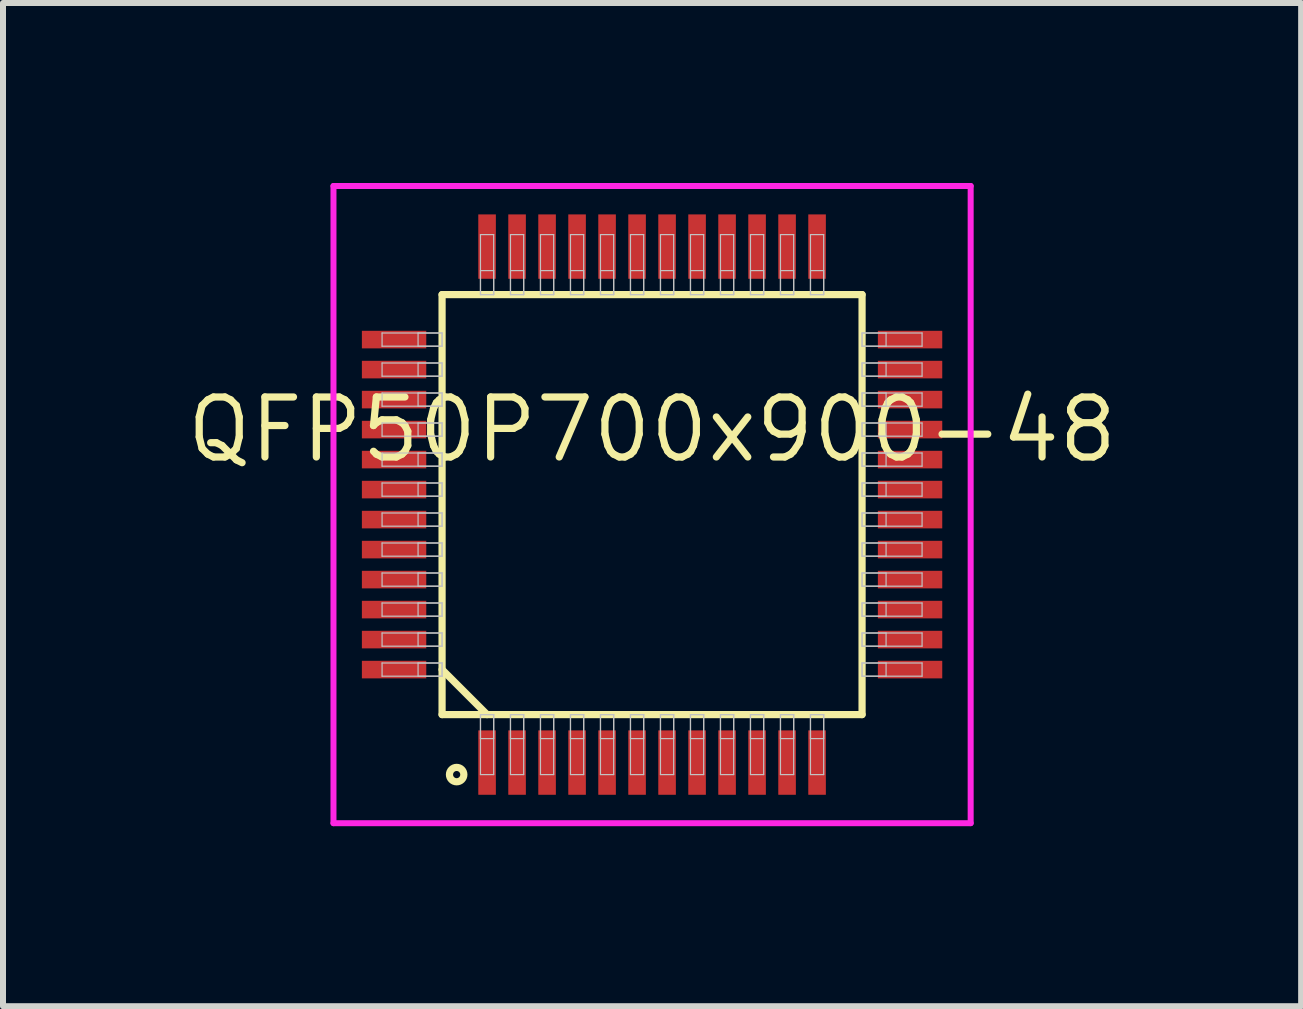
<source format=kicad_pcb>
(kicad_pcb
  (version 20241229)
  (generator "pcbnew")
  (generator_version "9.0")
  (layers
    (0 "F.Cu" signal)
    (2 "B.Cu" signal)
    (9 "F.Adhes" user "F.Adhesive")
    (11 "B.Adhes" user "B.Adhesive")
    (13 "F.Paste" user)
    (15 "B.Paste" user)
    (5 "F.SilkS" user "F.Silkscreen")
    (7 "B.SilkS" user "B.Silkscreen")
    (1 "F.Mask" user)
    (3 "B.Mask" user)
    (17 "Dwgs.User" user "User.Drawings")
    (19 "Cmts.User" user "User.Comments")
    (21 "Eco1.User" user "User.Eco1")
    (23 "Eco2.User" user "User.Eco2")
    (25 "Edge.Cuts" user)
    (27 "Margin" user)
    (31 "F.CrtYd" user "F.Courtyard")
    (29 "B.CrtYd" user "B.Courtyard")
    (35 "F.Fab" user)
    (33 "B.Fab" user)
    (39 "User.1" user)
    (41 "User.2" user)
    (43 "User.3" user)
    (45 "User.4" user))
  (footprint "QFP50P700x900-48"
    (layer "F.Cu")
    (at 7.818 5.36)
    (property "Reference" "QFP50P700x900-48" (at 0 -1.25 0) (layer "F.SilkS") (effects (font (size 1 1) (thickness 0.12))))
    (attr through_hole)
    (fp_line (start -3.5 -3.5) (end -3.5 3.5) (stroke (width 0.12) (type solid)) (layer "F.SilkS"))
    (fp_line (start -3.5 2.75) (end -2.75 3.5) (stroke (width 0.12) (type solid)) (layer "F.SilkS"))
    (fp_line (start -3.5 3.5) (end 3.5 3.5) (stroke (width 0.12) (type solid)) (layer "F.SilkS"))
    (fp_line (start 3.5 -3.5) (end -3.5 -3.5) (stroke (width 0.12) (type solid)) (layer "F.SilkS"))
    (fp_line (start 3.5 3.5) (end 3.5 -3.5) (stroke (width 0.12) (type solid)) (layer "F.SilkS"))
    (fp_circle (center -3.257 4.5) (end -3.137 4.5) (stroke (width 0.12) (type solid)) (fill no) (layer "F.SilkS"))
    (fp_line (start -4.5 -2.86) (end -4.5 -2.64) (stroke (width 0.02) (type solid)) (layer "Dwgs.User"))
    (fp_line (start -4.5 -2.64) (end -3.5 -2.64) (stroke (width 0.02) (type solid)) (layer "Dwgs.User"))
    (fp_line (start -4.5 -2.36) (end -4.5 -2.14) (stroke (width 0.02) (type solid)) (layer "Dwgs.User"))
    (fp_line (start -4.5 -2.14) (end -3.5 -2.14) (stroke (width 0.02) (type solid)) (layer "Dwgs.User"))
    (fp_line (start -4.5 -1.86) (end -4.5 -1.64) (stroke (width 0.02) (type solid)) (layer "Dwgs.User"))
    (fp_line (start -4.5 -1.64) (end -3.5 -1.64) (stroke (width 0.02) (type solid)) (layer "Dwgs.User"))
    (fp_line (start -4.5 -1.36) (end -4.5 -1.14) (stroke (width 0.02) (type solid)) (layer "Dwgs.User"))
    (fp_line (start -4.5 -1.14) (end -3.5 -1.14) (stroke (width 0.02) (type solid)) (layer "Dwgs.User"))
    (fp_line (start -4.5 -0.86) (end -4.5 -0.64) (stroke (width 0.02) (type solid)) (layer "Dwgs.User"))
    (fp_line (start -4.5 -0.64) (end -3.5 -0.64) (stroke (width 0.02) (type solid)) (layer "Dwgs.User"))
    (fp_line (start -4.5 -0.36) (end -4.5 -0.14) (stroke (width 0.02) (type solid)) (layer "Dwgs.User"))
    (fp_line (start -4.5 -0.14) (end -3.5 -0.14) (stroke (width 0.02) (type solid)) (layer "Dwgs.User"))
    (fp_line (start -4.5 0.14) (end -4.5 0.36) (stroke (width 0.02) (type solid)) (layer "Dwgs.User"))
    (fp_line (start -4.5 0.36) (end -3.5 0.36) (stroke (width 0.02) (type solid)) (layer "Dwgs.User"))
    (fp_line (start -4.5 0.64) (end -4.5 0.86) (stroke (width 0.02) (type solid)) (layer "Dwgs.User"))
    (fp_line (start -4.5 0.86) (end -3.5 0.86) (stroke (width 0.02) (type solid)) (layer "Dwgs.User"))
    (fp_line (start -4.5 1.14) (end -4.5 1.36) (stroke (width 0.02) (type solid)) (layer "Dwgs.User"))
    (fp_line (start -4.5 1.36) (end -3.5 1.36) (stroke (width 0.02) (type solid)) (layer "Dwgs.User"))
    (fp_line (start -4.5 1.64) (end -4.5 1.86) (stroke (width 0.02) (type solid)) (layer "Dwgs.User"))
    (fp_line (start -4.5 1.86) (end -3.5 1.86) (stroke (width 0.02) (type solid)) (layer "Dwgs.User"))
    (fp_line (start -4.5 2.14) (end -4.5 2.36) (stroke (width 0.02) (type solid)) (layer "Dwgs.User"))
    (fp_line (start -4.5 2.36) (end -3.5 2.36) (stroke (width 0.02) (type solid)) (layer "Dwgs.User"))
    (fp_line (start -4.5 2.64) (end -4.5 2.86) (stroke (width 0.02) (type solid)) (layer "Dwgs.User"))
    (fp_line (start -4.5 2.86) (end -3.5 2.86) (stroke (width 0.02) (type solid)) (layer "Dwgs.User"))
    (fp_line (start -3.9 -2.86) (end -3.9 -2.64) (stroke (width 0.02) (type solid)) (layer "Dwgs.User"))
    (fp_line (start -3.9 -2.64) (end -3.5 -2.64) (stroke (width 0.02) (type solid)) (layer "Dwgs.User"))
    (fp_line (start -3.9 -2.36) (end -3.9 -2.14) (stroke (width 0.02) (type solid)) (layer "Dwgs.User"))
    (fp_line (start -3.9 -2.14) (end -3.5 -2.14) (stroke (width 0.02) (type solid)) (layer "Dwgs.User"))
    (fp_line (start -3.9 -1.86) (end -3.9 -1.64) (stroke (width 0.02) (type solid)) (layer "Dwgs.User"))
    (fp_line (start -3.9 -1.64) (end -3.5 -1.64) (stroke (width 0.02) (type solid)) (layer "Dwgs.User"))
    (fp_line (start -3.9 -1.36) (end -3.9 -1.14) (stroke (width 0.02) (type solid)) (layer "Dwgs.User"))
    (fp_line (start -3.9 -1.14) (end -3.5 -1.14) (stroke (width 0.02) (type solid)) (layer "Dwgs.User"))
    (fp_line (start -3.9 -0.86) (end -3.9 -0.64) (stroke (width 0.02) (type solid)) (layer "Dwgs.User"))
    (fp_line (start -3.9 -0.64) (end -3.5 -0.64) (stroke (width 0.02) (type solid)) (layer "Dwgs.User"))
    (fp_line (start -3.9 -0.36) (end -3.9 -0.14) (stroke (width 0.02) (type solid)) (layer "Dwgs.User"))
    (fp_line (start -3.9 -0.14) (end -3.5 -0.14) (stroke (width 0.02) (type solid)) (layer "Dwgs.User"))
    (fp_line (start -3.9 0.14) (end -3.9 0.36) (stroke (width 0.02) (type solid)) (layer "Dwgs.User"))
    (fp_line (start -3.9 0.36) (end -3.5 0.36) (stroke (width 0.02) (type solid)) (layer "Dwgs.User"))
    (fp_line (start -3.9 0.64) (end -3.9 0.86) (stroke (width 0.02) (type solid)) (layer "Dwgs.User"))
    (fp_line (start -3.9 0.86) (end -3.5 0.86) (stroke (width 0.02) (type solid)) (layer "Dwgs.User"))
    (fp_line (start -3.9 1.14) (end -3.9 1.36) (stroke (width 0.02) (type solid)) (layer "Dwgs.User"))
    (fp_line (start -3.9 1.36) (end -3.5 1.36) (stroke (width 0.02) (type solid)) (layer "Dwgs.User"))
    (fp_line (start -3.9 1.64) (end -3.9 1.86) (stroke (width 0.02) (type solid)) (layer "Dwgs.User"))
    (fp_line (start -3.9 1.86) (end -3.5 1.86) (stroke (width 0.02) (type solid)) (layer "Dwgs.User"))
    (fp_line (start -3.9 2.14) (end -3.9 2.36) (stroke (width 0.02) (type solid)) (layer "Dwgs.User"))
    (fp_line (start -3.9 2.36) (end -3.5 2.36) (stroke (width 0.02) (type solid)) (layer "Dwgs.User"))
    (fp_line (start -3.9 2.64) (end -3.9 2.86) (stroke (width 0.02) (type solid)) (layer "Dwgs.User"))
    (fp_line (start -3.9 2.86) (end -3.5 2.86) (stroke (width 0.02) (type solid)) (layer "Dwgs.User"))
    (fp_line (start -3.5 -2.86) (end -4.5 -2.86) (stroke (width 0.02) (type solid)) (layer "Dwgs.User"))
    (fp_line (start -3.5 -2.86) (end -3.9 -2.86) (stroke (width 0.02) (type solid)) (layer "Dwgs.User"))
    (fp_line (start -3.5 -2.64) (end -3.5 -2.86) (stroke (width 0.02) (type solid)) (layer "Dwgs.User"))
    (fp_line (start -3.5 -2.64) (end -3.5 -2.86) (stroke (width 0.02) (type solid)) (layer "Dwgs.User"))
    (fp_line (start -3.5 -2.36) (end -4.5 -2.36) (stroke (width 0.02) (type solid)) (layer "Dwgs.User"))
    (fp_line (start -3.5 -2.36) (end -3.9 -2.36) (stroke (width 0.02) (type solid)) (layer "Dwgs.User"))
    (fp_line (start -3.5 -2.14) (end -3.5 -2.36) (stroke (width 0.02) (type solid)) (layer "Dwgs.User"))
    (fp_line (start -3.5 -2.14) (end -3.5 -2.36) (stroke (width 0.02) (type solid)) (layer "Dwgs.User"))
    (fp_line (start -3.5 -1.86) (end -4.5 -1.86) (stroke (width 0.02) (type solid)) (layer "Dwgs.User"))
    (fp_line (start -3.5 -1.86) (end -3.9 -1.86) (stroke (width 0.02) (type solid)) (layer "Dwgs.User"))
    (fp_line (start -3.5 -1.64) (end -3.5 -1.86) (stroke (width 0.02) (type solid)) (layer "Dwgs.User"))
    (fp_line (start -3.5 -1.64) (end -3.5 -1.86) (stroke (width 0.02) (type solid)) (layer "Dwgs.User"))
    (fp_line (start -3.5 -1.36) (end -4.5 -1.36) (stroke (width 0.02) (type solid)) (layer "Dwgs.User"))
    (fp_line (start -3.5 -1.36) (end -3.9 -1.36) (stroke (width 0.02) (type solid)) (layer "Dwgs.User"))
    (fp_line (start -3.5 -1.14) (end -3.5 -1.36) (stroke (width 0.02) (type solid)) (layer "Dwgs.User"))
    (fp_line (start -3.5 -1.14) (end -3.5 -1.36) (stroke (width 0.02) (type solid)) (layer "Dwgs.User"))
    (fp_line (start -3.5 -0.86) (end -4.5 -0.86) (stroke (width 0.02) (type solid)) (layer "Dwgs.User"))
    (fp_line (start -3.5 -0.86) (end -3.9 -0.86) (stroke (width 0.02) (type solid)) (layer "Dwgs.User"))
    (fp_line (start -3.5 -0.64) (end -3.5 -0.86) (stroke (width 0.02) (type solid)) (layer "Dwgs.User"))
    (fp_line (start -3.5 -0.64) (end -3.5 -0.86) (stroke (width 0.02) (type solid)) (layer "Dwgs.User"))
    (fp_line (start -3.5 -0.36) (end -4.5 -0.36) (stroke (width 0.02) (type solid)) (layer "Dwgs.User"))
    (fp_line (start -3.5 -0.36) (end -3.9 -0.36) (stroke (width 0.02) (type solid)) (layer "Dwgs.User"))
    (fp_line (start -3.5 -0.14) (end -3.5 -0.36) (stroke (width 0.02) (type solid)) (layer "Dwgs.User"))
    (fp_line (start -3.5 -0.14) (end -3.5 -0.36) (stroke (width 0.02) (type solid)) (layer "Dwgs.User"))
    (fp_line (start -3.5 0.14) (end -4.5 0.14) (stroke (width 0.02) (type solid)) (layer "Dwgs.User"))
    (fp_line (start -3.5 0.14) (end -3.9 0.14) (stroke (width 0.02) (type solid)) (layer "Dwgs.User"))
    (fp_line (start -3.5 0.36) (end -3.5 0.14) (stroke (width 0.02) (type solid)) (layer "Dwgs.User"))
    (fp_line (start -3.5 0.36) (end -3.5 0.14) (stroke (width 0.02) (type solid)) (layer "Dwgs.User"))
    (fp_line (start -3.5 0.64) (end -4.5 0.64) (stroke (width 0.02) (type solid)) (layer "Dwgs.User"))
    (fp_line (start -3.5 0.64) (end -3.9 0.64) (stroke (width 0.02) (type solid)) (layer "Dwgs.User"))
    (fp_line (start -3.5 0.86) (end -3.5 0.64) (stroke (width 0.02) (type solid)) (layer "Dwgs.User"))
    (fp_line (start -3.5 0.86) (end -3.5 0.64) (stroke (width 0.02) (type solid)) (layer "Dwgs.User"))
    (fp_line (start -3.5 1.14) (end -4.5 1.14) (stroke (width 0.02) (type solid)) (layer "Dwgs.User"))
    (fp_line (start -3.5 1.14) (end -3.9 1.14) (stroke (width 0.02) (type solid)) (layer "Dwgs.User"))
    (fp_line (start -3.5 1.36) (end -3.5 1.14) (stroke (width 0.02) (type solid)) (layer "Dwgs.User"))
    (fp_line (start -3.5 1.36) (end -3.5 1.14) (stroke (width 0.02) (type solid)) (layer "Dwgs.User"))
    (fp_line (start -3.5 1.64) (end -4.5 1.64) (stroke (width 0.02) (type solid)) (layer "Dwgs.User"))
    (fp_line (start -3.5 1.64) (end -3.9 1.64) (stroke (width 0.02) (type solid)) (layer "Dwgs.User"))
    (fp_line (start -3.5 1.86) (end -3.5 1.64) (stroke (width 0.02) (type solid)) (layer "Dwgs.User"))
    (fp_line (start -3.5 1.86) (end -3.5 1.64) (stroke (width 0.02) (type solid)) (layer "Dwgs.User"))
    (fp_line (start -3.5 2.14) (end -4.5 2.14) (stroke (width 0.02) (type solid)) (layer "Dwgs.User"))
    (fp_line (start -3.5 2.14) (end -3.9 2.14) (stroke (width 0.02) (type solid)) (layer "Dwgs.User"))
    (fp_line (start -3.5 2.36) (end -3.5 2.14) (stroke (width 0.02) (type solid)) (layer "Dwgs.User"))
    (fp_line (start -3.5 2.36) (end -3.5 2.14) (stroke (width 0.02) (type solid)) (layer "Dwgs.User"))
    (fp_line (start -3.5 2.64) (end -4.5 2.64) (stroke (width 0.02) (type solid)) (layer "Dwgs.User"))
    (fp_line (start -3.5 2.64) (end -3.9 2.64) (stroke (width 0.02) (type solid)) (layer "Dwgs.User"))
    (fp_line (start -3.5 2.86) (end -3.5 2.64) (stroke (width 0.02) (type solid)) (layer "Dwgs.User"))
    (fp_line (start -3.5 2.86) (end -3.5 2.64) (stroke (width 0.02) (type solid)) (layer "Dwgs.User"))
    (fp_line (start -2.86 -4.5) (end -2.86 -3.5) (stroke (width 0.02) (type solid)) (layer "Dwgs.User"))
    (fp_line (start -2.86 -3.9) (end -2.86 -3.5) (stroke (width 0.02) (type solid)) (layer "Dwgs.User"))
    (fp_line (start -2.86 -3.5) (end -2.64 -3.5) (stroke (width 0.02) (type solid)) (layer "Dwgs.User"))
    (fp_line (start -2.86 -3.5) (end -2.64 -3.5) (stroke (width 0.02) (type solid)) (layer "Dwgs.User"))
    (fp_line (start -2.86 3.5) (end -2.64 3.5) (stroke (width 0.02) (type solid)) (layer "Dwgs.User"))
    (fp_line (start -2.86 3.5) (end -2.64 3.5) (stroke (width 0.02) (type solid)) (layer "Dwgs.User"))
    (fp_line (start -2.86 3.9) (end -2.86 3.5) (stroke (width 0.02) (type solid)) (layer "Dwgs.User"))
    (fp_line (start -2.86 4.5) (end -2.86 3.5) (stroke (width 0.02) (type solid)) (layer "Dwgs.User"))
    (fp_line (start -2.64 -4.5) (end -2.86 -4.5) (stroke (width 0.02) (type solid)) (layer "Dwgs.User"))
    (fp_line (start -2.64 -3.9) (end -2.86 -3.9) (stroke (width 0.02) (type solid)) (layer "Dwgs.User"))
    (fp_line (start -2.64 -3.5) (end -2.64 -4.5) (stroke (width 0.02) (type solid)) (layer "Dwgs.User"))
    (fp_line (start -2.64 -3.5) (end -2.64 -3.9) (stroke (width 0.02) (type solid)) (layer "Dwgs.User"))
    (fp_line (start -2.64 3.5) (end -2.64 3.9) (stroke (width 0.02) (type solid)) (layer "Dwgs.User"))
    (fp_line (start -2.64 3.5) (end -2.64 4.5) (stroke (width 0.02) (type solid)) (layer "Dwgs.User"))
    (fp_line (start -2.64 3.9) (end -2.86 3.9) (stroke (width 0.02) (type solid)) (layer "Dwgs.User"))
    (fp_line (start -2.64 4.5) (end -2.86 4.5) (stroke (width 0.02) (type solid)) (layer "Dwgs.User"))
    (fp_line (start -2.36 -4.5) (end -2.36 -3.5) (stroke (width 0.02) (type solid)) (layer "Dwgs.User"))
    (fp_line (start -2.36 -3.9) (end -2.36 -3.5) (stroke (width 0.02) (type solid)) (layer "Dwgs.User"))
    (fp_line (start -2.36 -3.5) (end -2.14 -3.5) (stroke (width 0.02) (type solid)) (layer "Dwgs.User"))
    (fp_line (start -2.36 -3.5) (end -2.14 -3.5) (stroke (width 0.02) (type solid)) (layer "Dwgs.User"))
    (fp_line (start -2.36 3.5) (end -2.14 3.5) (stroke (width 0.02) (type solid)) (layer "Dwgs.User"))
    (fp_line (start -2.36 3.5) (end -2.14 3.5) (stroke (width 0.02) (type solid)) (layer "Dwgs.User"))
    (fp_line (start -2.36 3.9) (end -2.36 3.5) (stroke (width 0.02) (type solid)) (layer "Dwgs.User"))
    (fp_line (start -2.36 4.5) (end -2.36 3.5) (stroke (width 0.02) (type solid)) (layer "Dwgs.User"))
    (fp_line (start -2.14 -4.5) (end -2.36 -4.5) (stroke (width 0.02) (type solid)) (layer "Dwgs.User"))
    (fp_line (start -2.14 -3.9) (end -2.36 -3.9) (stroke (width 0.02) (type solid)) (layer "Dwgs.User"))
    (fp_line (start -2.14 -3.5) (end -2.14 -4.5) (stroke (width 0.02) (type solid)) (layer "Dwgs.User"))
    (fp_line (start -2.14 -3.5) (end -2.14 -3.9) (stroke (width 0.02) (type solid)) (layer "Dwgs.User"))
    (fp_line (start -2.14 3.5) (end -2.14 3.9) (stroke (width 0.02) (type solid)) (layer "Dwgs.User"))
    (fp_line (start -2.14 3.5) (end -2.14 4.5) (stroke (width 0.02) (type solid)) (layer "Dwgs.User"))
    (fp_line (start -2.14 3.9) (end -2.36 3.9) (stroke (width 0.02) (type solid)) (layer "Dwgs.User"))
    (fp_line (start -2.14 4.5) (end -2.36 4.5) (stroke (width 0.02) (type solid)) (layer "Dwgs.User"))
    (fp_line (start -1.86 -4.5) (end -1.86 -3.5) (stroke (width 0.02) (type solid)) (layer "Dwgs.User"))
    (fp_line (start -1.86 -3.9) (end -1.86 -3.5) (stroke (width 0.02) (type solid)) (layer "Dwgs.User"))
    (fp_line (start -1.86 -3.5) (end -1.64 -3.5) (stroke (width 0.02) (type solid)) (layer "Dwgs.User"))
    (fp_line (start -1.86 -3.5) (end -1.64 -3.5) (stroke (width 0.02) (type solid)) (layer "Dwgs.User"))
    (fp_line (start -1.86 3.5) (end -1.64 3.5) (stroke (width 0.02) (type solid)) (layer "Dwgs.User"))
    (fp_line (start -1.86 3.5) (end -1.64 3.5) (stroke (width 0.02) (type solid)) (layer "Dwgs.User"))
    (fp_line (start -1.86 3.9) (end -1.86 3.5) (stroke (width 0.02) (type solid)) (layer "Dwgs.User"))
    (fp_line (start -1.86 4.5) (end -1.86 3.5) (stroke (width 0.02) (type solid)) (layer "Dwgs.User"))
    (fp_line (start -1.64 -4.5) (end -1.86 -4.5) (stroke (width 0.02) (type solid)) (layer "Dwgs.User"))
    (fp_line (start -1.64 -3.9) (end -1.86 -3.9) (stroke (width 0.02) (type solid)) (layer "Dwgs.User"))
    (fp_line (start -1.64 -3.5) (end -1.64 -4.5) (stroke (width 0.02) (type solid)) (layer "Dwgs.User"))
    (fp_line (start -1.64 -3.5) (end -1.64 -3.9) (stroke (width 0.02) (type solid)) (layer "Dwgs.User"))
    (fp_line (start -1.64 3.5) (end -1.64 3.9) (stroke (width 0.02) (type solid)) (layer "Dwgs.User"))
    (fp_line (start -1.64 3.5) (end -1.64 4.5) (stroke (width 0.02) (type solid)) (layer "Dwgs.User"))
    (fp_line (start -1.64 3.9) (end -1.86 3.9) (stroke (width 0.02) (type solid)) (layer "Dwgs.User"))
    (fp_line (start -1.64 4.5) (end -1.86 4.5) (stroke (width 0.02) (type solid)) (layer "Dwgs.User"))
    (fp_line (start -1.36 -4.5) (end -1.36 -3.5) (stroke (width 0.02) (type solid)) (layer "Dwgs.User"))
    (fp_line (start -1.36 -3.9) (end -1.36 -3.5) (stroke (width 0.02) (type solid)) (layer "Dwgs.User"))
    (fp_line (start -1.36 -3.5) (end -1.14 -3.5) (stroke (width 0.02) (type solid)) (layer "Dwgs.User"))
    (fp_line (start -1.36 -3.5) (end -1.14 -3.5) (stroke (width 0.02) (type solid)) (layer "Dwgs.User"))
    (fp_line (start -1.36 3.5) (end -1.14 3.5) (stroke (width 0.02) (type solid)) (layer "Dwgs.User"))
    (fp_line (start -1.36 3.5) (end -1.14 3.5) (stroke (width 0.02) (type solid)) (layer "Dwgs.User"))
    (fp_line (start -1.36 3.9) (end -1.36 3.5) (stroke (width 0.02) (type solid)) (layer "Dwgs.User"))
    (fp_line (start -1.36 4.5) (end -1.36 3.5) (stroke (width 0.02) (type solid)) (layer "Dwgs.User"))
    (fp_line (start -1.14 -4.5) (end -1.36 -4.5) (stroke (width 0.02) (type solid)) (layer "Dwgs.User"))
    (fp_line (start -1.14 -3.9) (end -1.36 -3.9) (stroke (width 0.02) (type solid)) (layer "Dwgs.User"))
    (fp_line (start -1.14 -3.5) (end -1.14 -4.5) (stroke (width 0.02) (type solid)) (layer "Dwgs.User"))
    (fp_line (start -1.14 -3.5) (end -1.14 -3.9) (stroke (width 0.02) (type solid)) (layer "Dwgs.User"))
    (fp_line (start -1.14 3.5) (end -1.14 3.9) (stroke (width 0.02) (type solid)) (layer "Dwgs.User"))
    (fp_line (start -1.14 3.5) (end -1.14 4.5) (stroke (width 0.02) (type solid)) (layer "Dwgs.User"))
    (fp_line (start -1.14 3.9) (end -1.36 3.9) (stroke (width 0.02) (type solid)) (layer "Dwgs.User"))
    (fp_line (start -1.14 4.5) (end -1.36 4.5) (stroke (width 0.02) (type solid)) (layer "Dwgs.User"))
    (fp_line (start -0.86 -4.5) (end -0.86 -3.5) (stroke (width 0.02) (type solid)) (layer "Dwgs.User"))
    (fp_line (start -0.86 -3.9) (end -0.86 -3.5) (stroke (width 0.02) (type solid)) (layer "Dwgs.User"))
    (fp_line (start -0.86 -3.5) (end -0.64 -3.5) (stroke (width 0.02) (type solid)) (layer "Dwgs.User"))
    (fp_line (start -0.86 -3.5) (end -0.64 -3.5) (stroke (width 0.02) (type solid)) (layer "Dwgs.User"))
    (fp_line (start -0.86 3.5) (end -0.64 3.5) (stroke (width 0.02) (type solid)) (layer "Dwgs.User"))
    (fp_line (start -0.86 3.5) (end -0.64 3.5) (stroke (width 0.02) (type solid)) (layer "Dwgs.User"))
    (fp_line (start -0.86 3.9) (end -0.86 3.5) (stroke (width 0.02) (type solid)) (layer "Dwgs.User"))
    (fp_line (start -0.86 4.5) (end -0.86 3.5) (stroke (width 0.02) (type solid)) (layer "Dwgs.User"))
    (fp_line (start -0.64 -4.5) (end -0.86 -4.5) (stroke (width 0.02) (type solid)) (layer "Dwgs.User"))
    (fp_line (start -0.64 -3.9) (end -0.86 -3.9) (stroke (width 0.02) (type solid)) (layer "Dwgs.User"))
    (fp_line (start -0.64 -3.5) (end -0.64 -4.5) (stroke (width 0.02) (type solid)) (layer "Dwgs.User"))
    (fp_line (start -0.64 -3.5) (end -0.64 -3.9) (stroke (width 0.02) (type solid)) (layer "Dwgs.User"))
    (fp_line (start -0.64 3.5) (end -0.64 3.9) (stroke (width 0.02) (type solid)) (layer "Dwgs.User"))
    (fp_line (start -0.64 3.5) (end -0.64 4.5) (stroke (width 0.02) (type solid)) (layer "Dwgs.User"))
    (fp_line (start -0.64 3.9) (end -0.86 3.9) (stroke (width 0.02) (type solid)) (layer "Dwgs.User"))
    (fp_line (start -0.64 4.5) (end -0.86 4.5) (stroke (width 0.02) (type solid)) (layer "Dwgs.User"))
    (fp_line (start -0.36 -4.5) (end -0.36 -3.5) (stroke (width 0.02) (type solid)) (layer "Dwgs.User"))
    (fp_line (start -0.36 -3.9) (end -0.36 -3.5) (stroke (width 0.02) (type solid)) (layer "Dwgs.User"))
    (fp_line (start -0.36 -3.5) (end -0.14 -3.5) (stroke (width 0.02) (type solid)) (layer "Dwgs.User"))
    (fp_line (start -0.36 -3.5) (end -0.14 -3.5) (stroke (width 0.02) (type solid)) (layer "Dwgs.User"))
    (fp_line (start -0.36 3.5) (end -0.14 3.5) (stroke (width 0.02) (type solid)) (layer "Dwgs.User"))
    (fp_line (start -0.36 3.5) (end -0.14 3.5) (stroke (width 0.02) (type solid)) (layer "Dwgs.User"))
    (fp_line (start -0.36 3.9) (end -0.36 3.5) (stroke (width 0.02) (type solid)) (layer "Dwgs.User"))
    (fp_line (start -0.36 4.5) (end -0.36 3.5) (stroke (width 0.02) (type solid)) (layer "Dwgs.User"))
    (fp_line (start -0.14 -4.5) (end -0.36 -4.5) (stroke (width 0.02) (type solid)) (layer "Dwgs.User"))
    (fp_line (start -0.14 -3.9) (end -0.36 -3.9) (stroke (width 0.02) (type solid)) (layer "Dwgs.User"))
    (fp_line (start -0.14 -3.5) (end -0.14 -4.5) (stroke (width 0.02) (type solid)) (layer "Dwgs.User"))
    (fp_line (start -0.14 -3.5) (end -0.14 -3.9) (stroke (width 0.02) (type solid)) (layer "Dwgs.User"))
    (fp_line (start -0.14 3.5) (end -0.14 3.9) (stroke (width 0.02) (type solid)) (layer "Dwgs.User"))
    (fp_line (start -0.14 3.5) (end -0.14 4.5) (stroke (width 0.02) (type solid)) (layer "Dwgs.User"))
    (fp_line (start -0.14 3.9) (end -0.36 3.9) (stroke (width 0.02) (type solid)) (layer "Dwgs.User"))
    (fp_line (start -0.14 4.5) (end -0.36 4.5) (stroke (width 0.02) (type solid)) (layer "Dwgs.User"))
    (fp_line (start 0.14 -4.5) (end 0.14 -3.5) (stroke (width 0.02) (type solid)) (layer "Dwgs.User"))
    (fp_line (start 0.14 -3.9) (end 0.14 -3.5) (stroke (width 0.02) (type solid)) (layer "Dwgs.User"))
    (fp_line (start 0.14 -3.5) (end 0.36 -3.5) (stroke (width 0.02) (type solid)) (layer "Dwgs.User"))
    (fp_line (start 0.14 -3.5) (end 0.36 -3.5) (stroke (width 0.02) (type solid)) (layer "Dwgs.User"))
    (fp_line (start 0.14 3.5) (end 0.36 3.5) (stroke (width 0.02) (type solid)) (layer "Dwgs.User"))
    (fp_line (start 0.14 3.5) (end 0.36 3.5) (stroke (width 0.02) (type solid)) (layer "Dwgs.User"))
    (fp_line (start 0.14 3.9) (end 0.14 3.5) (stroke (width 0.02) (type solid)) (layer "Dwgs.User"))
    (fp_line (start 0.14 4.5) (end 0.14 3.5) (stroke (width 0.02) (type solid)) (layer "Dwgs.User"))
    (fp_line (start 0.36 -4.5) (end 0.14 -4.5) (stroke (width 0.02) (type solid)) (layer "Dwgs.User"))
    (fp_line (start 0.36 -3.9) (end 0.14 -3.9) (stroke (width 0.02) (type solid)) (layer "Dwgs.User"))
    (fp_line (start 0.36 -3.5) (end 0.36 -4.5) (stroke (width 0.02) (type solid)) (layer "Dwgs.User"))
    (fp_line (start 0.36 -3.5) (end 0.36 -3.9) (stroke (width 0.02) (type solid)) (layer "Dwgs.User"))
    (fp_line (start 0.36 3.5) (end 0.36 3.9) (stroke (width 0.02) (type solid)) (layer "Dwgs.User"))
    (fp_line (start 0.36 3.5) (end 0.36 4.5) (stroke (width 0.02) (type solid)) (layer "Dwgs.User"))
    (fp_line (start 0.36 3.9) (end 0.14 3.9) (stroke (width 0.02) (type solid)) (layer "Dwgs.User"))
    (fp_line (start 0.36 4.5) (end 0.14 4.5) (stroke (width 0.02) (type solid)) (layer "Dwgs.User"))
    (fp_line (start 0.64 -4.5) (end 0.64 -3.5) (stroke (width 0.02) (type solid)) (layer "Dwgs.User"))
    (fp_line (start 0.64 -3.9) (end 0.64 -3.5) (stroke (width 0.02) (type solid)) (layer "Dwgs.User"))
    (fp_line (start 0.64 -3.5) (end 0.86 -3.5) (stroke (width 0.02) (type solid)) (layer "Dwgs.User"))
    (fp_line (start 0.64 -3.5) (end 0.86 -3.5) (stroke (width 0.02) (type solid)) (layer "Dwgs.User"))
    (fp_line (start 0.64 3.5) (end 0.86 3.5) (stroke (width 0.02) (type solid)) (layer "Dwgs.User"))
    (fp_line (start 0.64 3.5) (end 0.86 3.5) (stroke (width 0.02) (type solid)) (layer "Dwgs.User"))
    (fp_line (start 0.64 3.9) (end 0.64 3.5) (stroke (width 0.02) (type solid)) (layer "Dwgs.User"))
    (fp_line (start 0.64 4.5) (end 0.64 3.5) (stroke (width 0.02) (type solid)) (layer "Dwgs.User"))
    (fp_line (start 0.86 -4.5) (end 0.64 -4.5) (stroke (width 0.02) (type solid)) (layer "Dwgs.User"))
    (fp_line (start 0.86 -3.9) (end 0.64 -3.9) (stroke (width 0.02) (type solid)) (layer "Dwgs.User"))
    (fp_line (start 0.86 -3.5) (end 0.86 -4.5) (stroke (width 0.02) (type solid)) (layer "Dwgs.User"))
    (fp_line (start 0.86 -3.5) (end 0.86 -3.9) (stroke (width 0.02) (type solid)) (layer "Dwgs.User"))
    (fp_line (start 0.86 3.5) (end 0.86 3.9) (stroke (width 0.02) (type solid)) (layer "Dwgs.User"))
    (fp_line (start 0.86 3.5) (end 0.86 4.5) (stroke (width 0.02) (type solid)) (layer "Dwgs.User"))
    (fp_line (start 0.86 3.9) (end 0.64 3.9) (stroke (width 0.02) (type solid)) (layer "Dwgs.User"))
    (fp_line (start 0.86 4.5) (end 0.64 4.5) (stroke (width 0.02) (type solid)) (layer "Dwgs.User"))
    (fp_line (start 1.14 -4.5) (end 1.14 -3.5) (stroke (width 0.02) (type solid)) (layer "Dwgs.User"))
    (fp_line (start 1.14 -3.9) (end 1.14 -3.5) (stroke (width 0.02) (type solid)) (layer "Dwgs.User"))
    (fp_line (start 1.14 -3.5) (end 1.36 -3.5) (stroke (width 0.02) (type solid)) (layer "Dwgs.User"))
    (fp_line (start 1.14 -3.5) (end 1.36 -3.5) (stroke (width 0.02) (type solid)) (layer "Dwgs.User"))
    (fp_line (start 1.14 3.5) (end 1.36 3.5) (stroke (width 0.02) (type solid)) (layer "Dwgs.User"))
    (fp_line (start 1.14 3.5) (end 1.36 3.5) (stroke (width 0.02) (type solid)) (layer "Dwgs.User"))
    (fp_line (start 1.14 3.9) (end 1.14 3.5) (stroke (width 0.02) (type solid)) (layer "Dwgs.User"))
    (fp_line (start 1.14 4.5) (end 1.14 3.5) (stroke (width 0.02) (type solid)) (layer "Dwgs.User"))
    (fp_line (start 1.36 -4.5) (end 1.14 -4.5) (stroke (width 0.02) (type solid)) (layer "Dwgs.User"))
    (fp_line (start 1.36 -3.9) (end 1.14 -3.9) (stroke (width 0.02) (type solid)) (layer "Dwgs.User"))
    (fp_line (start 1.36 -3.5) (end 1.36 -4.5) (stroke (width 0.02) (type solid)) (layer "Dwgs.User"))
    (fp_line (start 1.36 -3.5) (end 1.36 -3.9) (stroke (width 0.02) (type solid)) (layer "Dwgs.User"))
    (fp_line (start 1.36 3.5) (end 1.36 3.9) (stroke (width 0.02) (type solid)) (layer "Dwgs.User"))
    (fp_line (start 1.36 3.5) (end 1.36 4.5) (stroke (width 0.02) (type solid)) (layer "Dwgs.User"))
    (fp_line (start 1.36 3.9) (end 1.14 3.9) (stroke (width 0.02) (type solid)) (layer "Dwgs.User"))
    (fp_line (start 1.36 4.5) (end 1.14 4.5) (stroke (width 0.02) (type solid)) (layer "Dwgs.User"))
    (fp_line (start 1.64 -4.5) (end 1.64 -3.5) (stroke (width 0.02) (type solid)) (layer "Dwgs.User"))
    (fp_line (start 1.64 -3.9) (end 1.64 -3.5) (stroke (width 0.02) (type solid)) (layer "Dwgs.User"))
    (fp_line (start 1.64 -3.5) (end 1.86 -3.5) (stroke (width 0.02) (type solid)) (layer "Dwgs.User"))
    (fp_line (start 1.64 -3.5) (end 1.86 -3.5) (stroke (width 0.02) (type solid)) (layer "Dwgs.User"))
    (fp_line (start 1.64 3.5) (end 1.86 3.5) (stroke (width 0.02) (type solid)) (layer "Dwgs.User"))
    (fp_line (start 1.64 3.5) (end 1.86 3.5) (stroke (width 0.02) (type solid)) (layer "Dwgs.User"))
    (fp_line (start 1.64 3.9) (end 1.64 3.5) (stroke (width 0.02) (type solid)) (layer "Dwgs.User"))
    (fp_line (start 1.64 4.5) (end 1.64 3.5) (stroke (width 0.02) (type solid)) (layer "Dwgs.User"))
    (fp_line (start 1.86 -4.5) (end 1.64 -4.5) (stroke (width 0.02) (type solid)) (layer "Dwgs.User"))
    (fp_line (start 1.86 -3.9) (end 1.64 -3.9) (stroke (width 0.02) (type solid)) (layer "Dwgs.User"))
    (fp_line (start 1.86 -3.5) (end 1.86 -4.5) (stroke (width 0.02) (type solid)) (layer "Dwgs.User"))
    (fp_line (start 1.86 -3.5) (end 1.86 -3.9) (stroke (width 0.02) (type solid)) (layer "Dwgs.User"))
    (fp_line (start 1.86 3.5) (end 1.86 3.9) (stroke (width 0.02) (type solid)) (layer "Dwgs.User"))
    (fp_line (start 1.86 3.5) (end 1.86 4.5) (stroke (width 0.02) (type solid)) (layer "Dwgs.User"))
    (fp_line (start 1.86 3.9) (end 1.64 3.9) (stroke (width 0.02) (type solid)) (layer "Dwgs.User"))
    (fp_line (start 1.86 4.5) (end 1.64 4.5) (stroke (width 0.02) (type solid)) (layer "Dwgs.User"))
    (fp_line (start 2.14 -4.5) (end 2.14 -3.5) (stroke (width 0.02) (type solid)) (layer "Dwgs.User"))
    (fp_line (start 2.14 -3.9) (end 2.14 -3.5) (stroke (width 0.02) (type solid)) (layer "Dwgs.User"))
    (fp_line (start 2.14 -3.5) (end 2.36 -3.5) (stroke (width 0.02) (type solid)) (layer "Dwgs.User"))
    (fp_line (start 2.14 -3.5) (end 2.36 -3.5) (stroke (width 0.02) (type solid)) (layer "Dwgs.User"))
    (fp_line (start 2.14 3.5) (end 2.36 3.5) (stroke (width 0.02) (type solid)) (layer "Dwgs.User"))
    (fp_line (start 2.14 3.5) (end 2.36 3.5) (stroke (width 0.02) (type solid)) (layer "Dwgs.User"))
    (fp_line (start 2.14 3.9) (end 2.14 3.5) (stroke (width 0.02) (type solid)) (layer "Dwgs.User"))
    (fp_line (start 2.14 4.5) (end 2.14 3.5) (stroke (width 0.02) (type solid)) (layer "Dwgs.User"))
    (fp_line (start 2.36 -4.5) (end 2.14 -4.5) (stroke (width 0.02) (type solid)) (layer "Dwgs.User"))
    (fp_line (start 2.36 -3.9) (end 2.14 -3.9) (stroke (width 0.02) (type solid)) (layer "Dwgs.User"))
    (fp_line (start 2.36 -3.5) (end 2.36 -4.5) (stroke (width 0.02) (type solid)) (layer "Dwgs.User"))
    (fp_line (start 2.36 -3.5) (end 2.36 -3.9) (stroke (width 0.02) (type solid)) (layer "Dwgs.User"))
    (fp_line (start 2.36 3.5) (end 2.36 3.9) (stroke (width 0.02) (type solid)) (layer "Dwgs.User"))
    (fp_line (start 2.36 3.5) (end 2.36 4.5) (stroke (width 0.02) (type solid)) (layer "Dwgs.User"))
    (fp_line (start 2.36 3.9) (end 2.14 3.9) (stroke (width 0.02) (type solid)) (layer "Dwgs.User"))
    (fp_line (start 2.36 4.5) (end 2.14 4.5) (stroke (width 0.02) (type solid)) (layer "Dwgs.User"))
    (fp_line (start 2.64 -4.5) (end 2.64 -3.5) (stroke (width 0.02) (type solid)) (layer "Dwgs.User"))
    (fp_line (start 2.64 -3.9) (end 2.64 -3.5) (stroke (width 0.02) (type solid)) (layer "Dwgs.User"))
    (fp_line (start 2.64 -3.5) (end 2.86 -3.5) (stroke (width 0.02) (type solid)) (layer "Dwgs.User"))
    (fp_line (start 2.64 -3.5) (end 2.86 -3.5) (stroke (width 0.02) (type solid)) (layer "Dwgs.User"))
    (fp_line (start 2.64 3.5) (end 2.86 3.5) (stroke (width 0.02) (type solid)) (layer "Dwgs.User"))
    (fp_line (start 2.64 3.5) (end 2.86 3.5) (stroke (width 0.02) (type solid)) (layer "Dwgs.User"))
    (fp_line (start 2.64 3.9) (end 2.64 3.5) (stroke (width 0.02) (type solid)) (layer "Dwgs.User"))
    (fp_line (start 2.64 4.5) (end 2.64 3.5) (stroke (width 0.02) (type solid)) (layer "Dwgs.User"))
    (fp_line (start 2.86 -4.5) (end 2.64 -4.5) (stroke (width 0.02) (type solid)) (layer "Dwgs.User"))
    (fp_line (start 2.86 -3.9) (end 2.64 -3.9) (stroke (width 0.02) (type solid)) (layer "Dwgs.User"))
    (fp_line (start 2.86 -3.5) (end 2.86 -4.5) (stroke (width 0.02) (type solid)) (layer "Dwgs.User"))
    (fp_line (start 2.86 -3.5) (end 2.86 -3.9) (stroke (width 0.02) (type solid)) (layer "Dwgs.User"))
    (fp_line (start 2.86 3.5) (end 2.86 3.9) (stroke (width 0.02) (type solid)) (layer "Dwgs.User"))
    (fp_line (start 2.86 3.5) (end 2.86 4.5) (stroke (width 0.02) (type solid)) (layer "Dwgs.User"))
    (fp_line (start 2.86 3.9) (end 2.64 3.9) (stroke (width 0.02) (type solid)) (layer "Dwgs.User"))
    (fp_line (start 2.86 4.5) (end 2.64 4.5) (stroke (width 0.02) (type solid)) (layer "Dwgs.User"))
    (fp_line (start 3.5 -2.86) (end 3.9 -2.86) (stroke (width 0.02) (type solid)) (layer "Dwgs.User"))
    (fp_line (start 3.5 -2.86) (end 4.5 -2.86) (stroke (width 0.02) (type solid)) (layer "Dwgs.User"))
    (fp_line (start 3.5 -2.64) (end 3.5 -2.86) (stroke (width 0.02) (type solid)) (layer "Dwgs.User"))
    (fp_line (start 3.5 -2.64) (end 3.5 -2.86) (stroke (width 0.02) (type solid)) (layer "Dwgs.User"))
    (fp_line (start 3.5 -2.36) (end 3.9 -2.36) (stroke (width 0.02) (type solid)) (layer "Dwgs.User"))
    (fp_line (start 3.5 -2.36) (end 4.5 -2.36) (stroke (width 0.02) (type solid)) (layer "Dwgs.User"))
    (fp_line (start 3.5 -2.14) (end 3.5 -2.36) (stroke (width 0.02) (type solid)) (layer "Dwgs.User"))
    (fp_line (start 3.5 -2.14) (end 3.5 -2.36) (stroke (width 0.02) (type solid)) (layer "Dwgs.User"))
    (fp_line (start 3.5 -1.86) (end 3.9 -1.86) (stroke (width 0.02) (type solid)) (layer "Dwgs.User"))
    (fp_line (start 3.5 -1.86) (end 4.5 -1.86) (stroke (width 0.02) (type solid)) (layer "Dwgs.User"))
    (fp_line (start 3.5 -1.64) (end 3.5 -1.86) (stroke (width 0.02) (type solid)) (layer "Dwgs.User"))
    (fp_line (start 3.5 -1.64) (end 3.5 -1.86) (stroke (width 0.02) (type solid)) (layer "Dwgs.User"))
    (fp_line (start 3.5 -1.36) (end 3.9 -1.36) (stroke (width 0.02) (type solid)) (layer "Dwgs.User"))
    (fp_line (start 3.5 -1.36) (end 4.5 -1.36) (stroke (width 0.02) (type solid)) (layer "Dwgs.User"))
    (fp_line (start 3.5 -1.14) (end 3.5 -1.36) (stroke (width 0.02) (type solid)) (layer "Dwgs.User"))
    (fp_line (start 3.5 -1.14) (end 3.5 -1.36) (stroke (width 0.02) (type solid)) (layer "Dwgs.User"))
    (fp_line (start 3.5 -0.86) (end 3.9 -0.86) (stroke (width 0.02) (type solid)) (layer "Dwgs.User"))
    (fp_line (start 3.5 -0.86) (end 4.5 -0.86) (stroke (width 0.02) (type solid)) (layer "Dwgs.User"))
    (fp_line (start 3.5 -0.64) (end 3.5 -0.86) (stroke (width 0.02) (type solid)) (layer "Dwgs.User"))
    (fp_line (start 3.5 -0.64) (end 3.5 -0.86) (stroke (width 0.02) (type solid)) (layer "Dwgs.User"))
    (fp_line (start 3.5 -0.36) (end 3.9 -0.36) (stroke (width 0.02) (type solid)) (layer "Dwgs.User"))
    (fp_line (start 3.5 -0.36) (end 4.5 -0.36) (stroke (width 0.02) (type solid)) (layer "Dwgs.User"))
    (fp_line (start 3.5 -0.14) (end 3.5 -0.36) (stroke (width 0.02) (type solid)) (layer "Dwgs.User"))
    (fp_line (start 3.5 -0.14) (end 3.5 -0.36) (stroke (width 0.02) (type solid)) (layer "Dwgs.User"))
    (fp_line (start 3.5 0.14) (end 3.9 0.14) (stroke (width 0.02) (type solid)) (layer "Dwgs.User"))
    (fp_line (start 3.5 0.14) (end 4.5 0.14) (stroke (width 0.02) (type solid)) (layer "Dwgs.User"))
    (fp_line (start 3.5 0.36) (end 3.5 0.14) (stroke (width 0.02) (type solid)) (layer "Dwgs.User"))
    (fp_line (start 3.5 0.36) (end 3.5 0.14) (stroke (width 0.02) (type solid)) (layer "Dwgs.User"))
    (fp_line (start 3.5 0.64) (end 3.9 0.64) (stroke (width 0.02) (type solid)) (layer "Dwgs.User"))
    (fp_line (start 3.5 0.64) (end 4.5 0.64) (stroke (width 0.02) (type solid)) (layer "Dwgs.User"))
    (fp_line (start 3.5 0.86) (end 3.5 0.64) (stroke (width 0.02) (type solid)) (layer "Dwgs.User"))
    (fp_line (start 3.5 0.86) (end 3.5 0.64) (stroke (width 0.02) (type solid)) (layer "Dwgs.User"))
    (fp_line (start 3.5 1.14) (end 3.9 1.14) (stroke (width 0.02) (type solid)) (layer "Dwgs.User"))
    (fp_line (start 3.5 1.14) (end 4.5 1.14) (stroke (width 0.02) (type solid)) (layer "Dwgs.User"))
    (fp_line (start 3.5 1.36) (end 3.5 1.14) (stroke (width 0.02) (type solid)) (layer "Dwgs.User"))
    (fp_line (start 3.5 1.36) (end 3.5 1.14) (stroke (width 0.02) (type solid)) (layer "Dwgs.User"))
    (fp_line (start 3.5 1.64) (end 3.9 1.64) (stroke (width 0.02) (type solid)) (layer "Dwgs.User"))
    (fp_line (start 3.5 1.64) (end 4.5 1.64) (stroke (width 0.02) (type solid)) (layer "Dwgs.User"))
    (fp_line (start 3.5 1.86) (end 3.5 1.64) (stroke (width 0.02) (type solid)) (layer "Dwgs.User"))
    (fp_line (start 3.5 1.86) (end 3.5 1.64) (stroke (width 0.02) (type solid)) (layer "Dwgs.User"))
    (fp_line (start 3.5 2.14) (end 3.9 2.14) (stroke (width 0.02) (type solid)) (layer "Dwgs.User"))
    (fp_line (start 3.5 2.14) (end 4.5 2.14) (stroke (width 0.02) (type solid)) (layer "Dwgs.User"))
    (fp_line (start 3.5 2.36) (end 3.5 2.14) (stroke (width 0.02) (type solid)) (layer "Dwgs.User"))
    (fp_line (start 3.5 2.36) (end 3.5 2.14) (stroke (width 0.02) (type solid)) (layer "Dwgs.User"))
    (fp_line (start 3.5 2.64) (end 3.9 2.64) (stroke (width 0.02) (type solid)) (layer "Dwgs.User"))
    (fp_line (start 3.5 2.64) (end 4.5 2.64) (stroke (width 0.02) (type solid)) (layer "Dwgs.User"))
    (fp_line (start 3.5 2.86) (end 3.5 2.64) (stroke (width 0.02) (type solid)) (layer "Dwgs.User"))
    (fp_line (start 3.5 2.86) (end 3.5 2.64) (stroke (width 0.02) (type solid)) (layer "Dwgs.User"))
    (fp_line (start 3.9 -2.86) (end 3.9 -2.64) (stroke (width 0.02) (type solid)) (layer "Dwgs.User"))
    (fp_line (start 3.9 -2.64) (end 3.5 -2.64) (stroke (width 0.02) (type solid)) (layer "Dwgs.User"))
    (fp_line (start 3.9 -2.36) (end 3.9 -2.14) (stroke (width 0.02) (type solid)) (layer "Dwgs.User"))
    (fp_line (start 3.9 -2.14) (end 3.5 -2.14) (stroke (width 0.02) (type solid)) (layer "Dwgs.User"))
    (fp_line (start 3.9 -1.86) (end 3.9 -1.64) (stroke (width 0.02) (type solid)) (layer "Dwgs.User"))
    (fp_line (start 3.9 -1.64) (end 3.5 -1.64) (stroke (width 0.02) (type solid)) (layer "Dwgs.User"))
    (fp_line (start 3.9 -1.36) (end 3.9 -1.14) (stroke (width 0.02) (type solid)) (layer "Dwgs.User"))
    (fp_line (start 3.9 -1.14) (end 3.5 -1.14) (stroke (width 0.02) (type solid)) (layer "Dwgs.User"))
    (fp_line (start 3.9 -0.86) (end 3.9 -0.64) (stroke (width 0.02) (type solid)) (layer "Dwgs.User"))
    (fp_line (start 3.9 -0.64) (end 3.5 -0.64) (stroke (width 0.02) (type solid)) (layer "Dwgs.User"))
    (fp_line (start 3.9 -0.36) (end 3.9 -0.14) (stroke (width 0.02) (type solid)) (layer "Dwgs.User"))
    (fp_line (start 3.9 -0.14) (end 3.5 -0.14) (stroke (width 0.02) (type solid)) (layer "Dwgs.User"))
    (fp_line (start 3.9 0.14) (end 3.9 0.36) (stroke (width 0.02) (type solid)) (layer "Dwgs.User"))
    (fp_line (start 3.9 0.36) (end 3.5 0.36) (stroke (width 0.02) (type solid)) (layer "Dwgs.User"))
    (fp_line (start 3.9 0.64) (end 3.9 0.86) (stroke (width 0.02) (type solid)) (layer "Dwgs.User"))
    (fp_line (start 3.9 0.86) (end 3.5 0.86) (stroke (width 0.02) (type solid)) (layer "Dwgs.User"))
    (fp_line (start 3.9 1.14) (end 3.9 1.36) (stroke (width 0.02) (type solid)) (layer "Dwgs.User"))
    (fp_line (start 3.9 1.36) (end 3.5 1.36) (stroke (width 0.02) (type solid)) (layer "Dwgs.User"))
    (fp_line (start 3.9 1.64) (end 3.9 1.86) (stroke (width 0.02) (type solid)) (layer "Dwgs.User"))
    (fp_line (start 3.9 1.86) (end 3.5 1.86) (stroke (width 0.02) (type solid)) (layer "Dwgs.User"))
    (fp_line (start 3.9 2.14) (end 3.9 2.36) (stroke (width 0.02) (type solid)) (layer "Dwgs.User"))
    (fp_line (start 3.9 2.36) (end 3.5 2.36) (stroke (width 0.02) (type solid)) (layer "Dwgs.User"))
    (fp_line (start 3.9 2.64) (end 3.9 2.86) (stroke (width 0.02) (type solid)) (layer "Dwgs.User"))
    (fp_line (start 3.9 2.86) (end 3.5 2.86) (stroke (width 0.02) (type solid)) (layer "Dwgs.User"))
    (fp_line (start 4.5 -2.86) (end 4.5 -2.64) (stroke (width 0.02) (type solid)) (layer "Dwgs.User"))
    (fp_line (start 4.5 -2.64) (end 3.5 -2.64) (stroke (width 0.02) (type solid)) (layer "Dwgs.User"))
    (fp_line (start 4.5 -2.36) (end 4.5 -2.14) (stroke (width 0.02) (type solid)) (layer "Dwgs.User"))
    (fp_line (start 4.5 -2.14) (end 3.5 -2.14) (stroke (width 0.02) (type solid)) (layer "Dwgs.User"))
    (fp_line (start 4.5 -1.86) (end 4.5 -1.64) (stroke (width 0.02) (type solid)) (layer "Dwgs.User"))
    (fp_line (start 4.5 -1.64) (end 3.5 -1.64) (stroke (width 0.02) (type solid)) (layer "Dwgs.User"))
    (fp_line (start 4.5 -1.36) (end 4.5 -1.14) (stroke (width 0.02) (type solid)) (layer "Dwgs.User"))
    (fp_line (start 4.5 -1.14) (end 3.5 -1.14) (stroke (width 0.02) (type solid)) (layer "Dwgs.User"))
    (fp_line (start 4.5 -0.86) (end 4.5 -0.64) (stroke (width 0.02) (type solid)) (layer "Dwgs.User"))
    (fp_line (start 4.5 -0.64) (end 3.5 -0.64) (stroke (width 0.02) (type solid)) (layer "Dwgs.User"))
    (fp_line (start 4.5 -0.36) (end 4.5 -0.14) (stroke (width 0.02) (type solid)) (layer "Dwgs.User"))
    (fp_line (start 4.5 -0.14) (end 3.5 -0.14) (stroke (width 0.02) (type solid)) (layer "Dwgs.User"))
    (fp_line (start 4.5 0.14) (end 4.5 0.36) (stroke (width 0.02) (type solid)) (layer "Dwgs.User"))
    (fp_line (start 4.5 0.36) (end 3.5 0.36) (stroke (width 0.02) (type solid)) (layer "Dwgs.User"))
    (fp_line (start 4.5 0.64) (end 4.5 0.86) (stroke (width 0.02) (type solid)) (layer "Dwgs.User"))
    (fp_line (start 4.5 0.86) (end 3.5 0.86) (stroke (width 0.02) (type solid)) (layer "Dwgs.User"))
    (fp_line (start 4.5 1.14) (end 4.5 1.36) (stroke (width 0.02) (type solid)) (layer "Dwgs.User"))
    (fp_line (start 4.5 1.36) (end 3.5 1.36) (stroke (width 0.02) (type solid)) (layer "Dwgs.User"))
    (fp_line (start 4.5 1.64) (end 4.5 1.86) (stroke (width 0.02) (type solid)) (layer "Dwgs.User"))
    (fp_line (start 4.5 1.86) (end 3.5 1.86) (stroke (width 0.02) (type solid)) (layer "Dwgs.User"))
    (fp_line (start 4.5 2.14) (end 4.5 2.36) (stroke (width 0.02) (type solid)) (layer "Dwgs.User"))
    (fp_line (start 4.5 2.36) (end 3.5 2.36) (stroke (width 0.02) (type solid)) (layer "Dwgs.User"))
    (fp_line (start 4.5 2.64) (end 4.5 2.86) (stroke (width 0.02) (type solid)) (layer "Dwgs.User"))
    (fp_line (start 4.5 2.86) (end 3.5 2.86) (stroke (width 0.02) (type solid)) (layer "Dwgs.User"))
    (fp_line (start -0.75 0) (end 0.75 0) (stroke (width 0.12) (type solid)) (layer "Eco1.User"))
    (fp_line (start 0 -0.75) (end 0 0.75) (stroke (width 0.12) (type solid)) (layer "Eco1.User"))
    (fp_circle (center 0 0) (end 0.5 0) (stroke (width 0.12) (type solid)) (fill no) (layer "Eco1.User"))
    (fp_line (start -5.31 -5.31) (end -5.31 5.31) (stroke (width 0.1) (type solid)) (layer "F.CrtYd"))
    (fp_line (start -5.31 5.31) (end 5.31 5.31) (stroke (width 0.1) (type solid)) (layer "F.CrtYd"))
    (fp_line (start 5.31 -5.31) (end -5.31 -5.31) (stroke (width 0.1) (type solid)) (layer "F.CrtYd"))
    (fp_line (start 5.31 5.31) (end 5.31 -5.31) (stroke (width 0.1) (type solid)) (layer "F.CrtYd"))
    (pad "1" smd rect (at -2.75 4.3) (size 0.293 1.073) (layers "F.Cu" "F.Mask" "F.Paste"))
    (pad "2" smd rect (at -2.25 4.3) (size 0.293 1.073) (layers "F.Cu" "F.Mask" "F.Paste"))
    (pad "3" smd rect (at -1.75 4.3) (size 0.293 1.073) (layers "F.Cu" "F.Mask" "F.Paste"))
    (pad "4" smd rect (at -1.25 4.3) (size 0.293 1.073) (layers "F.Cu" "F.Mask" "F.Paste"))
    (pad "5" smd rect (at -0.75 4.3) (size 0.293 1.073) (layers "F.Cu" "F.Mask" "F.Paste"))
    (pad "6" smd rect (at -0.25 4.3) (size 0.293 1.073) (layers "F.Cu" "F.Mask" "F.Paste"))
    (pad "7" smd rect (at 0.25 4.3) (size 0.293 1.073) (layers "F.Cu" "F.Mask" "F.Paste"))
    (pad "8" smd rect (at 0.75 4.3) (size 0.293 1.073) (layers "F.Cu" "F.Mask" "F.Paste"))
    (pad "9" smd rect (at 1.25 4.3) (size 0.293 1.073) (layers "F.Cu" "F.Mask" "F.Paste"))
    (pad "10" smd rect (at 1.75 4.3) (size 0.293 1.073) (layers "F.Cu" "F.Mask" "F.Paste"))
    (pad "11" smd rect (at 2.25 4.3) (size 0.293 1.073) (layers "F.Cu" "F.Mask" "F.Paste"))
    (pad "12" smd rect (at 2.75 4.3) (size 0.293 1.073) (layers "F.Cu" "F.Mask" "F.Paste"))
    (pad "13" smd rect (at 4.3 2.75) (size 1.073 0.293) (layers "F.Cu" "F.Mask" "F.Paste"))
    (pad "14" smd rect (at 4.3 2.25) (size 1.073 0.293) (layers "F.Cu" "F.Mask" "F.Paste"))
    (pad "15" smd rect (at 4.3 1.75) (size 1.073 0.293) (layers "F.Cu" "F.Mask" "F.Paste"))
    (pad "16" smd rect (at 4.3 1.25) (size 1.073 0.293) (layers "F.Cu" "F.Mask" "F.Paste"))
    (pad "17" smd rect (at 4.3 0.75) (size 1.073 0.293) (layers "F.Cu" "F.Mask" "F.Paste"))
    (pad "18" smd rect (at 4.3 0.25) (size 1.073 0.293) (layers "F.Cu" "F.Mask" "F.Paste"))
    (pad "19" smd rect (at 4.3 -0.25) (size 1.073 0.293) (layers "F.Cu" "F.Mask" "F.Paste"))
    (pad "20" smd rect (at 4.3 -0.75) (size 1.073 0.293) (layers "F.Cu" "F.Mask" "F.Paste"))
    (pad "21" smd rect (at 4.3 -1.25) (size 1.073 0.293) (layers "F.Cu" "F.Mask" "F.Paste"))
    (pad "22" smd rect (at 4.3 -1.75) (size 1.073 0.293) (layers "F.Cu" "F.Mask" "F.Paste"))
    (pad "23" smd rect (at 4.3 -2.25) (size 1.073 0.293) (layers "F.Cu" "F.Mask" "F.Paste"))
    (pad "24" smd rect (at 4.3 -2.75) (size 1.073 0.293) (layers "F.Cu" "F.Mask" "F.Paste"))
    (pad "25" smd rect (at 2.75 -4.3) (size 0.293 1.073) (layers "F.Cu" "F.Mask" "F.Paste"))
    (pad "26" smd rect (at 2.25 -4.3) (size 0.293 1.073) (layers "F.Cu" "F.Mask" "F.Paste"))
    (pad "27" smd rect (at 1.75 -4.3) (size 0.293 1.073) (layers "F.Cu" "F.Mask" "F.Paste"))
    (pad "28" smd rect (at 1.25 -4.3) (size 0.293 1.073) (layers "F.Cu" "F.Mask" "F.Paste"))
    (pad "29" smd rect (at 0.75 -4.3) (size 0.293 1.073) (layers "F.Cu" "F.Mask" "F.Paste"))
    (pad "30" smd rect (at 0.25 -4.3) (size 0.293 1.073) (layers "F.Cu" "F.Mask" "F.Paste"))
    (pad "31" smd rect (at -0.25 -4.3) (size 0.293 1.073) (layers "F.Cu" "F.Mask" "F.Paste"))
    (pad "32" smd rect (at -0.75 -4.3) (size 0.293 1.073) (layers "F.Cu" "F.Mask" "F.Paste"))
    (pad "33" smd rect (at -1.25 -4.3) (size 0.293 1.073) (layers "F.Cu" "F.Mask" "F.Paste"))
    (pad "34" smd rect (at -1.75 -4.3) (size 0.293 1.073) (layers "F.Cu" "F.Mask" "F.Paste"))
    (pad "35" smd rect (at -2.25 -4.3) (size 0.293 1.073) (layers "F.Cu" "F.Mask" "F.Paste"))
    (pad "36" smd rect (at -2.75 -4.3) (size 0.293 1.073) (layers "F.Cu" "F.Mask" "F.Paste"))
    (pad "37" smd rect (at -4.3 -2.75) (size 1.073 0.293) (layers "F.Cu" "F.Mask" "F.Paste"))
    (pad "38" smd rect (at -4.3 -2.25) (size 1.073 0.293) (layers "F.Cu" "F.Mask" "F.Paste"))
    (pad "39" smd rect (at -4.3 -1.75) (size 1.073 0.293) (layers "F.Cu" "F.Mask" "F.Paste"))
    (pad "40" smd rect (at -4.3 -1.25) (size 1.073 0.293) (layers "F.Cu" "F.Mask" "F.Paste"))
    (pad "41" smd rect (at -4.3 -0.75) (size 1.073 0.293) (layers "F.Cu" "F.Mask" "F.Paste"))
    (pad "42" smd rect (at -4.3 -0.25) (size 1.073 0.293) (layers "F.Cu" "F.Mask" "F.Paste"))
    (pad "43" smd rect (at -4.3 0.25) (size 1.073 0.293) (layers "F.Cu" "F.Mask" "F.Paste"))
    (pad "44" smd rect (at -4.3 0.75) (size 1.073 0.293) (layers "F.Cu" "F.Mask" "F.Paste"))
    (pad "45" smd rect (at -4.3 1.25) (size 1.073 0.293) (layers "F.Cu" "F.Mask" "F.Paste"))
    (pad "46" smd rect (at -4.3 1.75) (size 1.073 0.293) (layers "F.Cu" "F.Mask" "F.Paste"))
    (pad "47" smd rect (at -4.3 2.25) (size 1.073 0.293) (layers "F.Cu" "F.Mask" "F.Paste"))
    (pad "48" smd rect (at -4.3 2.75) (size 1.073 0.293) (layers "F.Cu" "F.Mask" "F.Paste")))
  (gr_rect
    (start -3 -3)
    (end 18.636 13.72)
    (stroke (width 0.1) (type default))
    (fill no)
    (layer "Edge.Cuts")))
</source>
